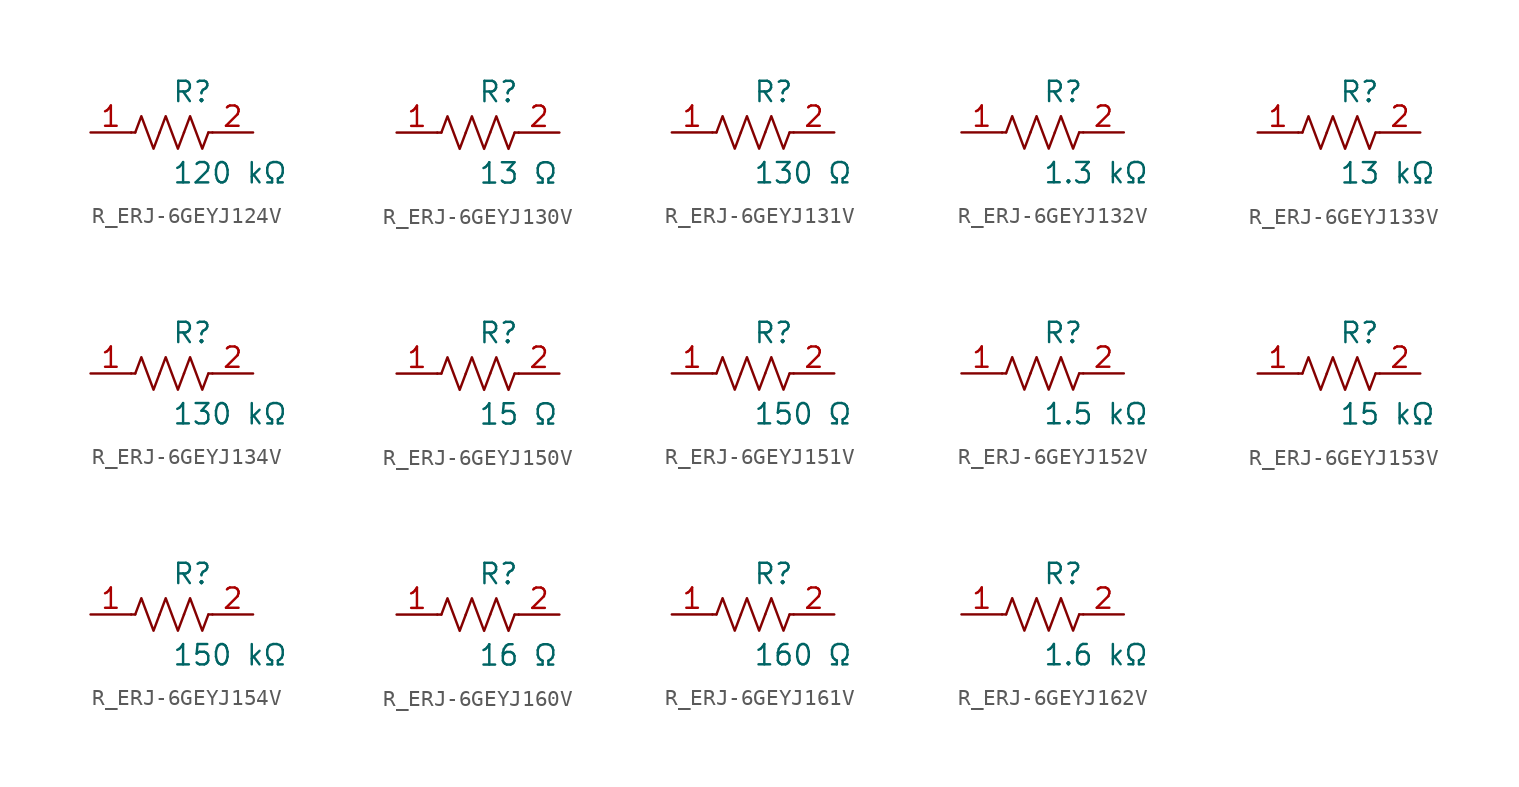
<source format=kicad_sym>
(kicad_symbol_lib
  (version 20231120)
  (generator kicad_symbol_editor)
  (generator_version 8.0)
  (symbol "R_ERJ-6GEYJ124V"
    (pin_names
      (offset 0.254))
    (property "Reference" "R"
      (at 0 2.54 0)
      (effects (font (size 1.27 1.27)) (justify left)))
    (property "Value" "120 kΩ"
      (at 0 -2.54 0)
      (effects (font (size 1.27 1.27)) (justify left)))
    (symbol "R_ERJ-6GEYJ124V_0_1"
      (polyline (pts (xy 2.286 0) (xy 2.54 0)) (stroke (width 0) (type default)) (fill (type none)))
      (polyline (pts (xy -2.286 0) (xy -2.54 0)) (stroke (width 0) (type default)) (fill (type none)))
      (polyline (pts (xy 0.762 0) (xy 1.143 1.016) (xy 1.524 0) (xy 1.905 -1.016) (xy 2.286 0)) (stroke (width 0) (type default)) (fill (type none)))
      (polyline (pts (xy -0.762 0) (xy -0.381 1.016) (xy 0 0) (xy 0.381 -1.016) (xy 0.762 0)) (stroke (width 0) (type default)) (fill (type none)))
      (polyline (pts (xy -2.286 0) (xy -1.905 1.016) (xy -1.524 0) (xy -1.143 -1.016) (xy -0.762 0)) (stroke (width 0) (type default)) (fill (type none))))
    (pin passive line
      (at -5.08 0 0)
      (length 2.54)
      (name "" (effects (font (size 1.27 1.27))))
      (number "1" (effects (font (size 1.27 1.27)))))
    (pin passive line
      (at 5.08 0 180)
      (length 2.54)
      (name "" (effects (font (size 1.27 1.27))))
      (number "2" (effects (font (size 1.27 1.27))))))
  (symbol "R_ERJ-6GEYJ130V"
    (pin_names
      (offset 0.254))
    (property "Reference" "R"
      (at 0 2.54 0)
      (effects (font (size 1.27 1.27)) (justify left)))
    (property "Value" "13 Ω"
      (at 0 -2.54 0)
      (effects (font (size 1.27 1.27)) (justify left)))
    (symbol "R_ERJ-6GEYJ130V_0_1"
      (polyline (pts (xy 2.286 0) (xy 2.54 0)) (stroke (width 0) (type default)) (fill (type none)))
      (polyline (pts (xy -2.286 0) (xy -2.54 0)) (stroke (width 0) (type default)) (fill (type none)))
      (polyline (pts (xy 0.762 0) (xy 1.143 1.016) (xy 1.524 0) (xy 1.905 -1.016) (xy 2.286 0)) (stroke (width 0) (type default)) (fill (type none)))
      (polyline (pts (xy -0.762 0) (xy -0.381 1.016) (xy 0 0) (xy 0.381 -1.016) (xy 0.762 0)) (stroke (width 0) (type default)) (fill (type none)))
      (polyline (pts (xy -2.286 0) (xy -1.905 1.016) (xy -1.524 0) (xy -1.143 -1.016) (xy -0.762 0)) (stroke (width 0) (type default)) (fill (type none))))
    (pin passive line
      (at -5.08 0 0)
      (length 2.54)
      (name "" (effects (font (size 1.27 1.27))))
      (number "1" (effects (font (size 1.27 1.27)))))
    (pin passive line
      (at 5.08 0 180)
      (length 2.54)
      (name "" (effects (font (size 1.27 1.27))))
      (number "2" (effects (font (size 1.27 1.27))))))
  (symbol "R_ERJ-6GEYJ131V"
    (pin_names
      (offset 0.254))
    (property "Reference" "R"
      (at 0 2.54 0)
      (effects (font (size 1.27 1.27)) (justify left)))
    (property "Value" "130 Ω"
      (at 0 -2.54 0)
      (effects (font (size 1.27 1.27)) (justify left)))
    (symbol "R_ERJ-6GEYJ131V_0_1"
      (polyline (pts (xy 2.286 0) (xy 2.54 0)) (stroke (width 0) (type default)) (fill (type none)))
      (polyline (pts (xy -2.286 0) (xy -2.54 0)) (stroke (width 0) (type default)) (fill (type none)))
      (polyline (pts (xy 0.762 0) (xy 1.143 1.016) (xy 1.524 0) (xy 1.905 -1.016) (xy 2.286 0)) (stroke (width 0) (type default)) (fill (type none)))
      (polyline (pts (xy -0.762 0) (xy -0.381 1.016) (xy 0 0) (xy 0.381 -1.016) (xy 0.762 0)) (stroke (width 0) (type default)) (fill (type none)))
      (polyline (pts (xy -2.286 0) (xy -1.905 1.016) (xy -1.524 0) (xy -1.143 -1.016) (xy -0.762 0)) (stroke (width 0) (type default)) (fill (type none))))
    (pin passive line
      (at -5.08 0 0)
      (length 2.54)
      (name "" (effects (font (size 1.27 1.27))))
      (number "1" (effects (font (size 1.27 1.27)))))
    (pin passive line
      (at 5.08 0 180)
      (length 2.54)
      (name "" (effects (font (size 1.27 1.27))))
      (number "2" (effects (font (size 1.27 1.27))))))
  (symbol "R_ERJ-6GEYJ132V"
    (pin_names
      (offset 0.254))
    (property "Reference" "R"
      (at 0 2.54 0)
      (effects (font (size 1.27 1.27)) (justify left)))
    (property "Value" "1.3 kΩ"
      (at 0 -2.54 0)
      (effects (font (size 1.27 1.27)) (justify left)))
    (symbol "R_ERJ-6GEYJ132V_0_1"
      (polyline (pts (xy 2.286 0) (xy 2.54 0)) (stroke (width 0) (type default)) (fill (type none)))
      (polyline (pts (xy -2.286 0) (xy -2.54 0)) (stroke (width 0) (type default)) (fill (type none)))
      (polyline (pts (xy 0.762 0) (xy 1.143 1.016) (xy 1.524 0) (xy 1.905 -1.016) (xy 2.286 0)) (stroke (width 0) (type default)) (fill (type none)))
      (polyline (pts (xy -0.762 0) (xy -0.381 1.016) (xy 0 0) (xy 0.381 -1.016) (xy 0.762 0)) (stroke (width 0) (type default)) (fill (type none)))
      (polyline (pts (xy -2.286 0) (xy -1.905 1.016) (xy -1.524 0) (xy -1.143 -1.016) (xy -0.762 0)) (stroke (width 0) (type default)) (fill (type none))))
    (pin passive line
      (at -5.08 0 0)
      (length 2.54)
      (name "" (effects (font (size 1.27 1.27))))
      (number "1" (effects (font (size 1.27 1.27)))))
    (pin passive line
      (at 5.08 0 180)
      (length 2.54)
      (name "" (effects (font (size 1.27 1.27))))
      (number "2" (effects (font (size 1.27 1.27))))))
  (symbol "R_ERJ-6GEYJ133V"
    (pin_names
      (offset 0.254))
    (property "Reference" "R"
      (at 0 2.54 0)
      (effects (font (size 1.27 1.27)) (justify left)))
    (property "Value" "13 kΩ"
      (at 0 -2.54 0)
      (effects (font (size 1.27 1.27)) (justify left)))
    (symbol "R_ERJ-6GEYJ133V_0_1"
      (polyline (pts (xy 2.286 0) (xy 2.54 0)) (stroke (width 0) (type default)) (fill (type none)))
      (polyline (pts (xy -2.286 0) (xy -2.54 0)) (stroke (width 0) (type default)) (fill (type none)))
      (polyline (pts (xy 0.762 0) (xy 1.143 1.016) (xy 1.524 0) (xy 1.905 -1.016) (xy 2.286 0)) (stroke (width 0) (type default)) (fill (type none)))
      (polyline (pts (xy -0.762 0) (xy -0.381 1.016) (xy 0 0) (xy 0.381 -1.016) (xy 0.762 0)) (stroke (width 0) (type default)) (fill (type none)))
      (polyline (pts (xy -2.286 0) (xy -1.905 1.016) (xy -1.524 0) (xy -1.143 -1.016) (xy -0.762 0)) (stroke (width 0) (type default)) (fill (type none))))
    (pin passive line
      (at -5.08 0 0)
      (length 2.54)
      (name "" (effects (font (size 1.27 1.27))))
      (number "1" (effects (font (size 1.27 1.27)))))
    (pin passive line
      (at 5.08 0 180)
      (length 2.54)
      (name "" (effects (font (size 1.27 1.27))))
      (number "2" (effects (font (size 1.27 1.27))))))
  (symbol "R_ERJ-6GEYJ134V"
    (pin_names
      (offset 0.254))
    (property "Reference" "R"
      (at 0 2.54 0)
      (effects (font (size 1.27 1.27)) (justify left)))
    (property "Value" "130 kΩ"
      (at 0 -2.54 0)
      (effects (font (size 1.27 1.27)) (justify left)))
    (symbol "R_ERJ-6GEYJ134V_0_1"
      (polyline (pts (xy 2.286 0) (xy 2.54 0)) (stroke (width 0) (type default)) (fill (type none)))
      (polyline (pts (xy -2.286 0) (xy -2.54 0)) (stroke (width 0) (type default)) (fill (type none)))
      (polyline (pts (xy 0.762 0) (xy 1.143 1.016) (xy 1.524 0) (xy 1.905 -1.016) (xy 2.286 0)) (stroke (width 0) (type default)) (fill (type none)))
      (polyline (pts (xy -0.762 0) (xy -0.381 1.016) (xy 0 0) (xy 0.381 -1.016) (xy 0.762 0)) (stroke (width 0) (type default)) (fill (type none)))
      (polyline (pts (xy -2.286 0) (xy -1.905 1.016) (xy -1.524 0) (xy -1.143 -1.016) (xy -0.762 0)) (stroke (width 0) (type default)) (fill (type none))))
    (pin passive line
      (at -5.08 0 0)
      (length 2.54)
      (name "" (effects (font (size 1.27 1.27))))
      (number "1" (effects (font (size 1.27 1.27)))))
    (pin passive line
      (at 5.08 0 180)
      (length 2.54)
      (name "" (effects (font (size 1.27 1.27))))
      (number "2" (effects (font (size 1.27 1.27))))))
  (symbol "R_ERJ-6GEYJ150V"
    (pin_names
      (offset 0.254))
    (property "Reference" "R"
      (at 0 2.54 0)
      (effects (font (size 1.27 1.27)) (justify left)))
    (property "Value" "15 Ω"
      (at 0 -2.54 0)
      (effects (font (size 1.27 1.27)) (justify left)))
    (symbol "R_ERJ-6GEYJ150V_0_1"
      (polyline (pts (xy 2.286 0) (xy 2.54 0)) (stroke (width 0) (type default)) (fill (type none)))
      (polyline (pts (xy -2.286 0) (xy -2.54 0)) (stroke (width 0) (type default)) (fill (type none)))
      (polyline (pts (xy 0.762 0) (xy 1.143 1.016) (xy 1.524 0) (xy 1.905 -1.016) (xy 2.286 0)) (stroke (width 0) (type default)) (fill (type none)))
      (polyline (pts (xy -0.762 0) (xy -0.381 1.016) (xy 0 0) (xy 0.381 -1.016) (xy 0.762 0)) (stroke (width 0) (type default)) (fill (type none)))
      (polyline (pts (xy -2.286 0) (xy -1.905 1.016) (xy -1.524 0) (xy -1.143 -1.016) (xy -0.762 0)) (stroke (width 0) (type default)) (fill (type none))))
    (pin passive line
      (at -5.08 0 0)
      (length 2.54)
      (name "" (effects (font (size 1.27 1.27))))
      (number "1" (effects (font (size 1.27 1.27)))))
    (pin passive line
      (at 5.08 0 180)
      (length 2.54)
      (name "" (effects (font (size 1.27 1.27))))
      (number "2" (effects (font (size 1.27 1.27))))))
  (symbol "R_ERJ-6GEYJ151V"
    (pin_names
      (offset 0.254))
    (property "Reference" "R"
      (at 0 2.54 0)
      (effects (font (size 1.27 1.27)) (justify left)))
    (property "Value" "150 Ω"
      (at 0 -2.54 0)
      (effects (font (size 1.27 1.27)) (justify left)))
    (symbol "R_ERJ-6GEYJ151V_0_1"
      (polyline (pts (xy 2.286 0) (xy 2.54 0)) (stroke (width 0) (type default)) (fill (type none)))
      (polyline (pts (xy -2.286 0) (xy -2.54 0)) (stroke (width 0) (type default)) (fill (type none)))
      (polyline (pts (xy 0.762 0) (xy 1.143 1.016) (xy 1.524 0) (xy 1.905 -1.016) (xy 2.286 0)) (stroke (width 0) (type default)) (fill (type none)))
      (polyline (pts (xy -0.762 0) (xy -0.381 1.016) (xy 0 0) (xy 0.381 -1.016) (xy 0.762 0)) (stroke (width 0) (type default)) (fill (type none)))
      (polyline (pts (xy -2.286 0) (xy -1.905 1.016) (xy -1.524 0) (xy -1.143 -1.016) (xy -0.762 0)) (stroke (width 0) (type default)) (fill (type none))))
    (pin passive line
      (at -5.08 0 0)
      (length 2.54)
      (name "" (effects (font (size 1.27 1.27))))
      (number "1" (effects (font (size 1.27 1.27)))))
    (pin passive line
      (at 5.08 0 180)
      (length 2.54)
      (name "" (effects (font (size 1.27 1.27))))
      (number "2" (effects (font (size 1.27 1.27))))))
  (symbol "R_ERJ-6GEYJ152V"
    (pin_names
      (offset 0.254))
    (property "Reference" "R"
      (at 0 2.54 0)
      (effects (font (size 1.27 1.27)) (justify left)))
    (property "Value" "1.5 kΩ"
      (at 0 -2.54 0)
      (effects (font (size 1.27 1.27)) (justify left)))
    (symbol "R_ERJ-6GEYJ152V_0_1"
      (polyline (pts (xy 2.286 0) (xy 2.54 0)) (stroke (width 0) (type default)) (fill (type none)))
      (polyline (pts (xy -2.286 0) (xy -2.54 0)) (stroke (width 0) (type default)) (fill (type none)))
      (polyline (pts (xy 0.762 0) (xy 1.143 1.016) (xy 1.524 0) (xy 1.905 -1.016) (xy 2.286 0)) (stroke (width 0) (type default)) (fill (type none)))
      (polyline (pts (xy -0.762 0) (xy -0.381 1.016) (xy 0 0) (xy 0.381 -1.016) (xy 0.762 0)) (stroke (width 0) (type default)) (fill (type none)))
      (polyline (pts (xy -2.286 0) (xy -1.905 1.016) (xy -1.524 0) (xy -1.143 -1.016) (xy -0.762 0)) (stroke (width 0) (type default)) (fill (type none))))
    (pin passive line
      (at -5.08 0 0)
      (length 2.54)
      (name "" (effects (font (size 1.27 1.27))))
      (number "1" (effects (font (size 1.27 1.27)))))
    (pin passive line
      (at 5.08 0 180)
      (length 2.54)
      (name "" (effects (font (size 1.27 1.27))))
      (number "2" (effects (font (size 1.27 1.27))))))
  (symbol "R_ERJ-6GEYJ153V"
    (pin_names
      (offset 0.254))
    (property "Reference" "R"
      (at 0 2.54 0)
      (effects (font (size 1.27 1.27)) (justify left)))
    (property "Value" "15 kΩ"
      (at 0 -2.54 0)
      (effects (font (size 1.27 1.27)) (justify left)))
    (symbol "R_ERJ-6GEYJ153V_0_1"
      (polyline (pts (xy 2.286 0) (xy 2.54 0)) (stroke (width 0) (type default)) (fill (type none)))
      (polyline (pts (xy -2.286 0) (xy -2.54 0)) (stroke (width 0) (type default)) (fill (type none)))
      (polyline (pts (xy 0.762 0) (xy 1.143 1.016) (xy 1.524 0) (xy 1.905 -1.016) (xy 2.286 0)) (stroke (width 0) (type default)) (fill (type none)))
      (polyline (pts (xy -0.762 0) (xy -0.381 1.016) (xy 0 0) (xy 0.381 -1.016) (xy 0.762 0)) (stroke (width 0) (type default)) (fill (type none)))
      (polyline (pts (xy -2.286 0) (xy -1.905 1.016) (xy -1.524 0) (xy -1.143 -1.016) (xy -0.762 0)) (stroke (width 0) (type default)) (fill (type none))))
    (pin passive line
      (at -5.08 0 0)
      (length 2.54)
      (name "" (effects (font (size 1.27 1.27))))
      (number "1" (effects (font (size 1.27 1.27)))))
    (pin passive line
      (at 5.08 0 180)
      (length 2.54)
      (name "" (effects (font (size 1.27 1.27))))
      (number "2" (effects (font (size 1.27 1.27))))))
  (symbol "R_ERJ-6GEYJ154V"
    (pin_names
      (offset 0.254))
    (property "Reference" "R"
      (at 0 2.54 0)
      (effects (font (size 1.27 1.27)) (justify left)))
    (property "Value" "150 kΩ"
      (at 0 -2.54 0)
      (effects (font (size 1.27 1.27)) (justify left)))
    (symbol "R_ERJ-6GEYJ154V_0_1"
      (polyline (pts (xy 2.286 0) (xy 2.54 0)) (stroke (width 0) (type default)) (fill (type none)))
      (polyline (pts (xy -2.286 0) (xy -2.54 0)) (stroke (width 0) (type default)) (fill (type none)))
      (polyline (pts (xy 0.762 0) (xy 1.143 1.016) (xy 1.524 0) (xy 1.905 -1.016) (xy 2.286 0)) (stroke (width 0) (type default)) (fill (type none)))
      (polyline (pts (xy -0.762 0) (xy -0.381 1.016) (xy 0 0) (xy 0.381 -1.016) (xy 0.762 0)) (stroke (width 0) (type default)) (fill (type none)))
      (polyline (pts (xy -2.286 0) (xy -1.905 1.016) (xy -1.524 0) (xy -1.143 -1.016) (xy -0.762 0)) (stroke (width 0) (type default)) (fill (type none))))
    (pin passive line
      (at -5.08 0 0)
      (length 2.54)
      (name "" (effects (font (size 1.27 1.27))))
      (number "1" (effects (font (size 1.27 1.27)))))
    (pin passive line
      (at 5.08 0 180)
      (length 2.54)
      (name "" (effects (font (size 1.27 1.27))))
      (number "2" (effects (font (size 1.27 1.27))))))
  (symbol "R_ERJ-6GEYJ160V"
    (pin_names
      (offset 0.254))
    (property "Reference" "R"
      (at 0 2.54 0)
      (effects (font (size 1.27 1.27)) (justify left)))
    (property "Value" "16 Ω"
      (at 0 -2.54 0)
      (effects (font (size 1.27 1.27)) (justify left)))
    (symbol "R_ERJ-6GEYJ160V_0_1"
      (polyline (pts (xy 2.286 0) (xy 2.54 0)) (stroke (width 0) (type default)) (fill (type none)))
      (polyline (pts (xy -2.286 0) (xy -2.54 0)) (stroke (width 0) (type default)) (fill (type none)))
      (polyline (pts (xy 0.762 0) (xy 1.143 1.016) (xy 1.524 0) (xy 1.905 -1.016) (xy 2.286 0)) (stroke (width 0) (type default)) (fill (type none)))
      (polyline (pts (xy -0.762 0) (xy -0.381 1.016) (xy 0 0) (xy 0.381 -1.016) (xy 0.762 0)) (stroke (width 0) (type default)) (fill (type none)))
      (polyline (pts (xy -2.286 0) (xy -1.905 1.016) (xy -1.524 0) (xy -1.143 -1.016) (xy -0.762 0)) (stroke (width 0) (type default)) (fill (type none))))
    (pin passive line
      (at -5.08 0 0)
      (length 2.54)
      (name "" (effects (font (size 1.27 1.27))))
      (number "1" (effects (font (size 1.27 1.27)))))
    (pin passive line
      (at 5.08 0 180)
      (length 2.54)
      (name "" (effects (font (size 1.27 1.27))))
      (number "2" (effects (font (size 1.27 1.27))))))
  (symbol "R_ERJ-6GEYJ161V"
    (pin_names
      (offset 0.254))
    (property "Reference" "R"
      (at 0 2.54 0)
      (effects (font (size 1.27 1.27)) (justify left)))
    (property "Value" "160 Ω"
      (at 0 -2.54 0)
      (effects (font (size 1.27 1.27)) (justify left)))
    (symbol "R_ERJ-6GEYJ161V_0_1"
      (polyline (pts (xy 2.286 0) (xy 2.54 0)) (stroke (width 0) (type default)) (fill (type none)))
      (polyline (pts (xy -2.286 0) (xy -2.54 0)) (stroke (width 0) (type default)) (fill (type none)))
      (polyline (pts (xy 0.762 0) (xy 1.143 1.016) (xy 1.524 0) (xy 1.905 -1.016) (xy 2.286 0)) (stroke (width 0) (type default)) (fill (type none)))
      (polyline (pts (xy -0.762 0) (xy -0.381 1.016) (xy 0 0) (xy 0.381 -1.016) (xy 0.762 0)) (stroke (width 0) (type default)) (fill (type none)))
      (polyline (pts (xy -2.286 0) (xy -1.905 1.016) (xy -1.524 0) (xy -1.143 -1.016) (xy -0.762 0)) (stroke (width 0) (type default)) (fill (type none))))
    (pin passive line
      (at -5.08 0 0)
      (length 2.54)
      (name "" (effects (font (size 1.27 1.27))))
      (number "1" (effects (font (size 1.27 1.27)))))
    (pin passive line
      (at 5.08 0 180)
      (length 2.54)
      (name "" (effects (font (size 1.27 1.27))))
      (number "2" (effects (font (size 1.27 1.27))))))
  (symbol "R_ERJ-6GEYJ162V"
    (pin_names
      (offset 0.254))
    (property "Reference" "R"
      (at 0 2.54 0)
      (effects (font (size 1.27 1.27)) (justify left)))
    (property "Value" "1.6 kΩ"
      (at 0 -2.54 0)
      (effects (font (size 1.27 1.27)) (justify left)))
    (symbol "R_ERJ-6GEYJ162V_0_1"
      (polyline (pts (xy 2.286 0) (xy 2.54 0)) (stroke (width 0) (type default)) (fill (type none)))
      (polyline (pts (xy -2.286 0) (xy -2.54 0)) (stroke (width 0) (type default)) (fill (type none)))
      (polyline (pts (xy 0.762 0) (xy 1.143 1.016) (xy 1.524 0) (xy 1.905 -1.016) (xy 2.286 0)) (stroke (width 0) (type default)) (fill (type none)))
      (polyline (pts (xy -0.762 0) (xy -0.381 1.016) (xy 0 0) (xy 0.381 -1.016) (xy 0.762 0)) (stroke (width 0) (type default)) (fill (type none)))
      (polyline (pts (xy -2.286 0) (xy -1.905 1.016) (xy -1.524 0) (xy -1.143 -1.016) (xy -0.762 0)) (stroke (width 0) (type default)) (fill (type none))))
    (pin passive line
      (at -5.08 0 0)
      (length 2.54)
      (name "" (effects (font (size 1.27 1.27))))
      (number "1" (effects (font (size 1.27 1.27)))))
    (pin passive line
      (at 5.08 0 180)
      (length 2.54)
      (name "" (effects (font (size 1.27 1.27))))
      (number "2" (effects (font (size 1.27 1.27)))))))
</source>
